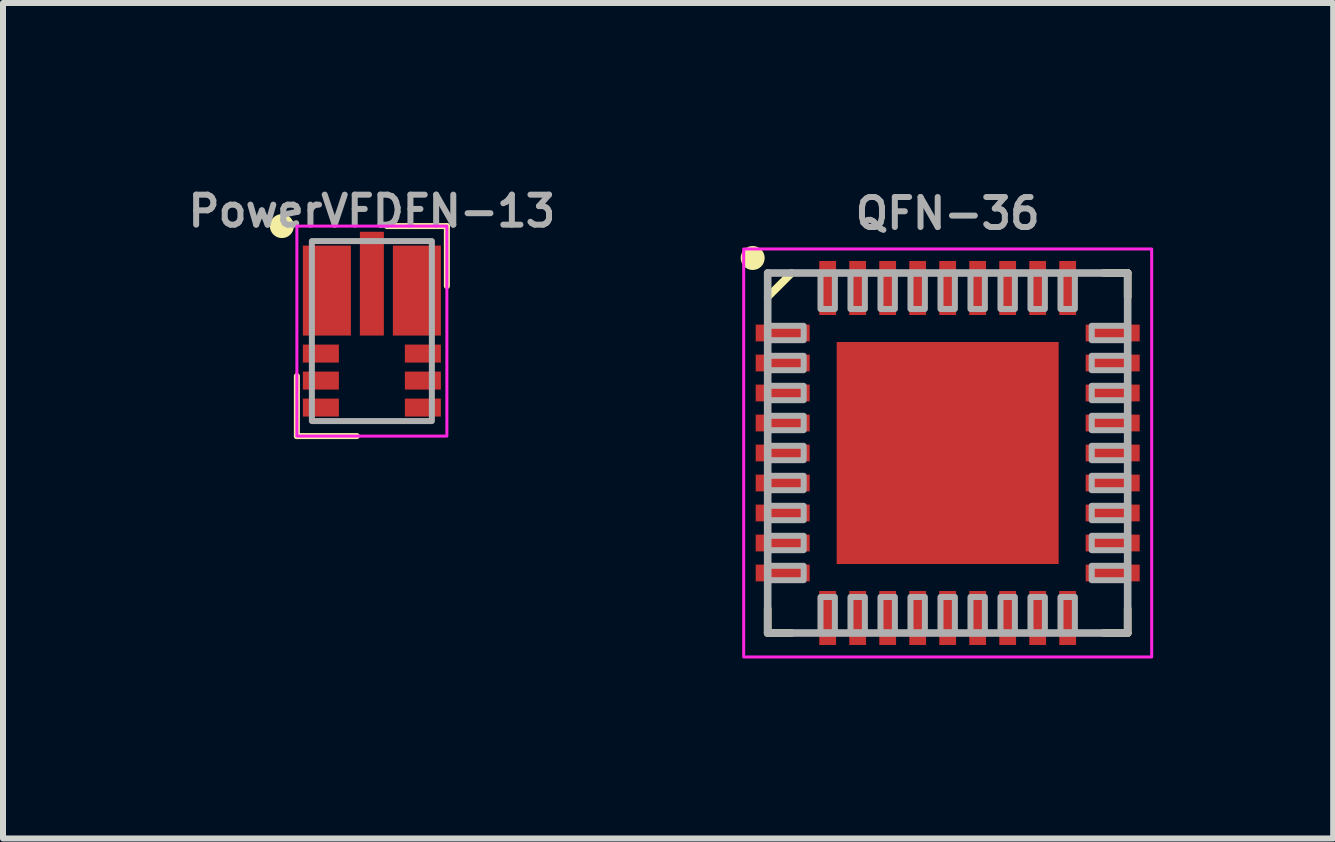
<source format=kicad_pcb>
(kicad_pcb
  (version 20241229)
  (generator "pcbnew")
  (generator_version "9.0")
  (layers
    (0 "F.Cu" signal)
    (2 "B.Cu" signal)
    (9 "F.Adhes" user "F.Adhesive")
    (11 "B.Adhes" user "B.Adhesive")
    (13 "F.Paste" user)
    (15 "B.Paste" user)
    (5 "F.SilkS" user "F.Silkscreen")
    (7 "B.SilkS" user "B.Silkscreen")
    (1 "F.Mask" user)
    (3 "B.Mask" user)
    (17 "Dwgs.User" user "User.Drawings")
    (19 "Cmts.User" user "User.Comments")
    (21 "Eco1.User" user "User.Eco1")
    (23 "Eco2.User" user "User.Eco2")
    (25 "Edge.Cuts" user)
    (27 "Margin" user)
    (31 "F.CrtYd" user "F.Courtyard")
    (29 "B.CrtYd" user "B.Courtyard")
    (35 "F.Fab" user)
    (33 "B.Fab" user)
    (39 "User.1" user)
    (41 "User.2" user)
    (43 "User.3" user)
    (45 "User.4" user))
  (footprint "QFN-36"
    (layer "F.Cu")
    (at 12.745 4.5)
    (property "Reference" "QFN-36" (at 0 -3.7 180) (layer "F.Fab") (effects (font (size 0.5 0.5) (thickness 0.1) (bold yes)) (justify bottom)))
    (attr smd)
    (fp_line (start -3 3) (end -3 2.6) (stroke (width 0.127) (type solid)) (layer "F.SilkS"))
    (fp_line (start -2.6 -3) (end -3 -2.6) (stroke (width 0.127) (type solid)) (layer "F.SilkS"))
    (fp_line (start -2.6 3) (end -3 3) (stroke (width 0.127) (type solid)) (layer "F.SilkS"))
    (fp_line (start 2.6 -3) (end 3 -3) (stroke (width 0.127) (type solid)) (layer "F.SilkS"))
    (fp_line (start 3 -3) (end 3 -2.6) (stroke (width 0.127) (type solid)) (layer "F.SilkS"))
    (fp_line (start 3 2.6) (end 3 3) (stroke (width 0.127) (type solid)) (layer "F.SilkS"))
    (fp_line (start 3 3) (end 2.6 3) (stroke (width 0.127) (type solid)) (layer "F.SilkS"))
    (fp_circle (center -3.25 -3.25) (end -3.25 -3.15) (stroke (width 0.2) (type solid)) (fill yes) (layer "F.SilkS"))
    (fp_poly (pts (xy -1.45 -0.15) (xy -0.15 -0.15) (xy -0.15 -1.45) (xy -1.45 -1.45)) (stroke (width 0) (type default)) (fill yes) (layer "F.Paste"))
    (fp_poly (pts (xy -0.15 1.45) (xy -0.15 0.15) (xy -1.45 0.15) (xy -1.45 1.45)) (stroke (width 0) (type default)) (fill yes) (layer "F.Paste"))
    (fp_poly (pts (xy 0.15 -1.45) (xy 0.15 -0.15) (xy 1.45 -0.15) (xy 1.45 -1.45)) (stroke (width 0) (type default)) (fill yes) (layer "F.Paste"))
    (fp_poly (pts (xy 1.45 0.15) (xy 0.15 0.15) (xy 0.15 1.45) (xy 1.45 1.45)) (stroke (width 0) (type default)) (fill yes) (layer "F.Paste"))
    (fp_rect (start 3.4 -3.4) (end -3.4 3.4) (stroke (width 0.05) (type default)) (fill no) (layer "F.CrtYd"))
    (fp_line (start -3 -3) (end -3 3) (stroke (width 0.127) (type solid)) (layer "F.Fab"))
    (fp_line (start -3 3) (end 3 3) (stroke (width 0.127) (type solid)) (layer "F.Fab"))
    (fp_line (start 3 -3) (end -3 -3) (stroke (width 0.127) (type solid)) (layer "F.Fab"))
    (fp_line (start 3 3) (end 3 -3) (stroke (width 0.127) (type solid)) (layer "F.Fab"))
    (fp_poly (pts (xy -3 -1.88) (xy -2.4 -1.88) (xy -2.4 -2.12) (xy -3 -2.12)) (stroke (width 0.1) (type default)) (fill no) (layer "F.Fab"))
    (fp_poly (pts (xy -3 -1.38) (xy -2.4 -1.38) (xy -2.4 -1.62) (xy -3 -1.62)) (stroke (width 0.1) (type default)) (fill no) (layer "F.Fab"))
    (fp_poly (pts (xy -3 -0.88) (xy -2.4 -0.88) (xy -2.4 -1.12) (xy -3 -1.12)) (stroke (width 0.1) (type default)) (fill no) (layer "F.Fab"))
    (fp_poly (pts (xy -3 -0.38) (xy -2.4 -0.38) (xy -2.4 -0.62) (xy -3 -0.62)) (stroke (width 0.1) (type default)) (fill no) (layer "F.Fab"))
    (fp_poly (pts (xy -3 0.12) (xy -2.4 0.12) (xy -2.4 -0.12) (xy -3 -0.12)) (stroke (width 0.1) (type default)) (fill no) (layer "F.Fab"))
    (fp_poly (pts (xy -3 0.62) (xy -2.4 0.62) (xy -2.4 0.38) (xy -3 0.38)) (stroke (width 0.1) (type default)) (fill no) (layer "F.Fab"))
    (fp_poly (pts (xy -3 1.12) (xy -2.4 1.12) (xy -2.4 0.88) (xy -3 0.88)) (stroke (width 0.1) (type default)) (fill no) (layer "F.Fab"))
    (fp_poly (pts (xy -3 1.62) (xy -2.4 1.62) (xy -2.4 1.38) (xy -3 1.38)) (stroke (width 0.1) (type default)) (fill no) (layer "F.Fab"))
    (fp_poly (pts (xy -3 2.12) (xy -2.4 2.12) (xy -2.4 1.88) (xy -3 1.88)) (stroke (width 0.1) (type default)) (fill no) (layer "F.Fab"))
    (fp_poly (pts (xy -2.12 -3) (xy -2.12 -2.4) (xy -1.88 -2.4) (xy -1.88 -3)) (stroke (width 0.1) (type default)) (fill no) (layer "F.Fab"))
    (fp_poly (pts (xy -1.88 3) (xy -1.88 2.4) (xy -2.12 2.4) (xy -2.12 3)) (stroke (width 0.1) (type default)) (fill no) (layer "F.Fab"))
    (fp_poly (pts (xy -1.62 -3) (xy -1.62 -2.4) (xy -1.38 -2.4) (xy -1.38 -3)) (stroke (width 0.1) (type default)) (fill no) (layer "F.Fab"))
    (fp_poly (pts (xy -1.38 3) (xy -1.38 2.4) (xy -1.62 2.4) (xy -1.62 3)) (stroke (width 0.1) (type default)) (fill no) (layer "F.Fab"))
    (fp_poly (pts (xy -1.12 -3) (xy -1.12 -2.4) (xy -0.88 -2.4) (xy -0.88 -3)) (stroke (width 0.1) (type default)) (fill no) (layer "F.Fab"))
    (fp_poly (pts (xy -0.88 3) (xy -0.88 2.4) (xy -1.12 2.4) (xy -1.12 3)) (stroke (width 0.1) (type default)) (fill no) (layer "F.Fab"))
    (fp_poly (pts (xy -0.62 -3) (xy -0.62 -2.4) (xy -0.38 -2.4) (xy -0.38 -3)) (stroke (width 0.1) (type default)) (fill no) (layer "F.Fab"))
    (fp_poly (pts (xy -0.38 3) (xy -0.38 2.4) (xy -0.62 2.4) (xy -0.62 3)) (stroke (width 0.1) (type default)) (fill no) (layer "F.Fab"))
    (fp_poly (pts (xy -0.12 -3) (xy -0.12 -2.4) (xy 0.12 -2.4) (xy 0.12 -3)) (stroke (width 0.1) (type default)) (fill no) (layer "F.Fab"))
    (fp_poly (pts (xy 0.12 3) (xy 0.12 2.4) (xy -0.12 2.4) (xy -0.12 3)) (stroke (width 0.1) (type default)) (fill no) (layer "F.Fab"))
    (fp_poly (pts (xy 0.38 -3) (xy 0.38 -2.4) (xy 0.62 -2.4) (xy 0.62 -3)) (stroke (width 0.1) (type default)) (fill no) (layer "F.Fab"))
    (fp_poly (pts (xy 0.62 3) (xy 0.62 2.4) (xy 0.38 2.4) (xy 0.38 3)) (stroke (width 0.1) (type default)) (fill no) (layer "F.Fab"))
    (fp_poly (pts (xy 0.88 -3) (xy 0.88 -2.4) (xy 1.12 -2.4) (xy 1.12 -3)) (stroke (width 0.1) (type default)) (fill no) (layer "F.Fab"))
    (fp_poly (pts (xy 1.12 3) (xy 1.12 2.4) (xy 0.88 2.4) (xy 0.88 3)) (stroke (width 0.1) (type default)) (fill no) (layer "F.Fab"))
    (fp_poly (pts (xy 1.38 -3) (xy 1.38 -2.4) (xy 1.62 -2.4) (xy 1.62 -3)) (stroke (width 0.1) (type default)) (fill no) (layer "F.Fab"))
    (fp_poly (pts (xy 1.62 3) (xy 1.62 2.4) (xy 1.38 2.4) (xy 1.38 3)) (stroke (width 0.1) (type default)) (fill no) (layer "F.Fab"))
    (fp_poly (pts (xy 1.88 -3) (xy 1.88 -2.4) (xy 2.12 -2.4) (xy 2.12 -3)) (stroke (width 0.1) (type default)) (fill no) (layer "F.Fab"))
    (fp_poly (pts (xy 2.12 3) (xy 2.12 2.4) (xy 1.88 2.4) (xy 1.88 3)) (stroke (width 0.1) (type default)) (fill no) (layer "F.Fab"))
    (fp_poly (pts (xy 3 -2.12) (xy 2.4 -2.12) (xy 2.4 -1.88) (xy 3 -1.88)) (stroke (width 0.1) (type default)) (fill no) (layer "F.Fab"))
    (fp_poly (pts (xy 3 -1.62) (xy 2.4 -1.62) (xy 2.4 -1.38) (xy 3 -1.38)) (stroke (width 0.1) (type default)) (fill no) (layer "F.Fab"))
    (fp_poly (pts (xy 3 -1.12) (xy 2.4 -1.12) (xy 2.4 -0.88) (xy 3 -0.88)) (stroke (width 0.1) (type default)) (fill no) (layer "F.Fab"))
    (fp_poly (pts (xy 3 -0.62) (xy 2.4 -0.62) (xy 2.4 -0.38) (xy 3 -0.38)) (stroke (width 0.1) (type default)) (fill no) (layer "F.Fab"))
    (fp_poly (pts (xy 3 -0.12) (xy 2.4 -0.12) (xy 2.4 0.12) (xy 3 0.12)) (stroke (width 0.1) (type default)) (fill no) (layer "F.Fab"))
    (fp_poly (pts (xy 3 0.38) (xy 2.4 0.38) (xy 2.4 0.62) (xy 3 0.62)) (stroke (width 0.1) (type default)) (fill no) (layer "F.Fab"))
    (fp_poly (pts (xy 3 0.88) (xy 2.4 0.88) (xy 2.4 1.12) (xy 3 1.12)) (stroke (width 0.1) (type default)) (fill no) (layer "F.Fab"))
    (fp_poly (pts (xy 3 1.38) (xy 2.4 1.38) (xy 2.4 1.62) (xy 3 1.62)) (stroke (width 0.1) (type default)) (fill no) (layer "F.Fab"))
    (fp_poly (pts (xy 3 1.88) (xy 2.4 1.88) (xy 2.4 2.12) (xy 3 2.12)) (stroke (width 0.1) (type default)) (fill no) (layer "F.Fab"))
    (pad "1" smd rect (at -2.75 -2) (size 0.9 0.28) (layers "F.Cu" "F.Mask" "F.Paste"))
    (pad "2" smd rect (at -2.75 -1.5) (size 0.9 0.28) (layers "F.Cu" "F.Mask" "F.Paste"))
    (pad "3" smd rect (at -2.75 -1) (size 0.9 0.28) (layers "F.Cu" "F.Mask" "F.Paste"))
    (pad "4" smd rect (at -2.75 -0.5) (size 0.9 0.28) (layers "F.Cu" "F.Mask" "F.Paste"))
    (pad "5" smd rect (at -2.75 0) (size 0.9 0.28) (layers "F.Cu" "F.Mask" "F.Paste"))
    (pad "6" smd rect (at -2.75 0.5) (size 0.9 0.28) (layers "F.Cu" "F.Mask" "F.Paste"))
    (pad "7" smd rect (at -2.75 1) (size 0.9 0.28) (layers "F.Cu" "F.Mask" "F.Paste"))
    (pad "8" smd rect (at -2.75 1.5) (size 0.9 0.28) (layers "F.Cu" "F.Mask" "F.Paste"))
    (pad "9" smd rect (at -2.75 2) (size 0.9 0.28) (layers "F.Cu" "F.Mask" "F.Paste"))
    (pad "10" smd rect (at -2 2.75 90) (size 0.9 0.28) (layers "F.Cu" "F.Mask" "F.Paste"))
    (pad "11" smd rect (at -1.5 2.75 90) (size 0.9 0.28) (layers "F.Cu" "F.Mask" "F.Paste"))
    (pad "12" smd rect (at -1 2.75 90) (size 0.9 0.28) (layers "F.Cu" "F.Mask" "F.Paste"))
    (pad "13" smd rect (at -0.5 2.75 90) (size 0.9 0.28) (layers "F.Cu" "F.Mask" "F.Paste"))
    (pad "14" smd rect (at 0 2.75 90) (size 0.9 0.28) (layers "F.Cu" "F.Mask" "F.Paste"))
    (pad "15" smd rect (at 0.5 2.75 90) (size 0.9 0.28) (layers "F.Cu" "F.Mask" "F.Paste"))
    (pad "16" smd rect (at 1 2.75 90) (size 0.9 0.28) (layers "F.Cu" "F.Mask" "F.Paste"))
    (pad "17" smd rect (at 1.5 2.75 90) (size 0.9 0.28) (layers "F.Cu" "F.Mask" "F.Paste"))
    (pad "18" smd rect (at 2 2.75 90) (size 0.9 0.28) (layers "F.Cu" "F.Mask" "F.Paste"))
    (pad "19" smd rect (at 2.75 2 180) (size 0.9 0.28) (layers "F.Cu" "F.Mask" "F.Paste"))
    (pad "20" smd rect (at 2.75 1.5 180) (size 0.9 0.28) (layers "F.Cu" "F.Mask" "F.Paste"))
    (pad "21" smd rect (at 2.75 1 180) (size 0.9 0.28) (layers "F.Cu" "F.Mask" "F.Paste"))
    (pad "22" smd rect (at 2.75 0.5 180) (size 0.9 0.28) (layers "F.Cu" "F.Mask" "F.Paste"))
    (pad "23" smd rect (at 2.75 0 180) (size 0.9 0.28) (layers "F.Cu" "F.Mask" "F.Paste"))
    (pad "24" smd rect (at 2.75 -0.5 180) (size 0.9 0.28) (layers "F.Cu" "F.Mask" "F.Paste"))
    (pad "25" smd rect (at 2.75 -1 180) (size 0.9 0.28) (layers "F.Cu" "F.Mask" "F.Paste"))
    (pad "26" smd rect (at 2.75 -1.5 180) (size 0.9 0.28) (layers "F.Cu" "F.Mask" "F.Paste"))
    (pad "27" smd rect (at 2.75 -2 180) (size 0.9 0.28) (layers "F.Cu" "F.Mask" "F.Paste"))
    (pad "28" smd rect (at 2 -2.75 270) (size 0.9 0.28) (layers "F.Cu" "F.Mask" "F.Paste"))
    (pad "29" smd rect (at 1.5 -2.75 270) (size 0.9 0.28) (layers "F.Cu" "F.Mask" "F.Paste"))
    (pad "30" smd rect (at 1 -2.75 270) (size 0.9 0.28) (layers "F.Cu" "F.Mask" "F.Paste"))
    (pad "31" smd rect (at 0.5 -2.75 270) (size 0.9 0.28) (layers "F.Cu" "F.Mask" "F.Paste"))
    (pad "32" smd rect (at 0 -2.75 270) (size 0.9 0.28) (layers "F.Cu" "F.Mask" "F.Paste"))
    (pad "33" smd rect (at -0.5 -2.75 270) (size 0.9 0.28) (layers "F.Cu" "F.Mask" "F.Paste"))
    (pad "34" smd rect (at -1 -2.75 270) (size 0.9 0.28) (layers "F.Cu" "F.Mask" "F.Paste"))
    (pad "35" smd rect (at -1.5 -2.75 270) (size 0.9 0.28) (layers "F.Cu" "F.Mask" "F.Paste"))
    (pad "36" smd rect (at -2 -2.75 270) (size 0.9 0.28) (layers "F.Cu" "F.Mask" "F.Paste"))
    (pad "EP" smd rect (at 0 0) (size 3.7 3.7) (layers "F.Cu" "F.Mask")))
  (footprint "PowerVFDFN-13"
    (layer "F.Cu")
    (at 3.148 2.468)
    (property "Reference" "PowerVFDFN-13" (at 0 -2 0) (layer "F.Fab") (effects (font (size 0.5 0.5) (thickness 0.1))))
    (fp_line (start -1.25 1.75) (end -1.25 0.75) (stroke (width 0.1) (type default)) (layer "F.SilkS"))
    (fp_line (start -1.25 1.75) (end -0.25 1.75) (stroke (width 0.1) (type default)) (layer "F.SilkS"))
    (fp_line (start 1.25 -1.75) (end 0.25 -1.75) (stroke (width 0.1) (type default)) (layer "F.SilkS"))
    (fp_line (start 1.25 -1.75) (end 1.25 -0.75) (stroke (width 0.1) (type default)) (layer "F.SilkS"))
    (fp_circle (center -1.5 -1.75) (end -1.4 -1.75) (stroke (width 0.2) (type solid)) (fill no) (layer "F.SilkS"))
    (fp_rect (start -1.08 0.26) (end -0.63 0.49) (stroke (width 0) (type solid)) (fill yes) (layer "F.Paste"))
    (fp_rect (start -1.08 0.71) (end -0.63 0.94) (stroke (width 0) (type solid)) (fill yes) (layer "F.Paste"))
    (fp_rect (start -1.08 1.16) (end -0.63 1.39) (stroke (width 0) (type solid)) (fill yes) (layer "F.Paste"))
    (fp_rect (start -1.05 -1.24) (end -0.45 -0.11) (stroke (width 0) (type solid)) (fill yes) (layer "F.Paste"))
    (fp_rect (start -0.15 -1.48) (end 0.15 -0.18) (stroke (width 0) (type solid)) (fill yes) (layer "F.Paste"))
    (fp_rect (start 0.45 -1.24) (end 1.05 -0.11) (stroke (width 0) (type solid)) (fill yes) (layer "F.Paste"))
    (fp_rect (start 0.63 0.26) (end 1.08 0.49) (stroke (width 0) (type solid)) (fill yes) (layer "F.Paste"))
    (fp_rect (start 0.63 0.71) (end 1.08 0.94) (stroke (width 0) (type solid)) (fill yes) (layer "F.Paste"))
    (fp_rect (start 0.63 1.16) (end 1.08 1.39) (stroke (width 0) (type solid)) (fill yes) (layer "F.Paste"))
    (fp_rect (start -1.25 -1.75) (end 1.25 1.75) (stroke (width 0.05) (type default)) (fill no) (layer "F.CrtYd"))
    (fp_rect (start -1 -1.5) (end 1 1.5) (stroke (width 0.1) (type default)) (fill no) (layer "F.Fab"))
    (pad "1" smd rect (at -0.75 -0.675) (size 0.8 1.5) (layers "F.Cu" "F.Mask"))
    (pad "2" smd rect (at -0.85 0.375) (size 0.6 0.3) (layers "F.Cu" "F.Mask"))
    (pad "3" smd rect (at -0.85 0.825) (size 0.6 0.3) (layers "F.Cu" "F.Mask"))
    (pad "4" smd rect (at -0.85 1.275) (size 0.6 0.3) (layers "F.Cu" "F.Mask"))
    (pad "5" smd rect (at 0.85 1.275) (size 0.6 0.3) (layers "F.Cu" "F.Mask"))
    (pad "6" smd rect (at 0.85 0.825) (size 0.6 0.3) (layers "F.Cu" "F.Mask"))
    (pad "7" smd rect (at 0.85 0.375) (size 0.6 0.3) (layers "F.Cu" "F.Mask"))
    (pad "8" smd rect (at 0.75 -0.675) (size 0.8 1.5) (layers "F.Cu" "F.Mask"))
    (pad "9" smd rect (at 0 -0.79) (size 0.4 1.73) (layers "F.Cu" "F.Mask")))
  (gr_rect
    (start -3 -3)
    (end 19.17 10.925)
    (stroke (width 0.1) (type default))
    (fill no)
    (layer "Edge.Cuts")))
</source>
